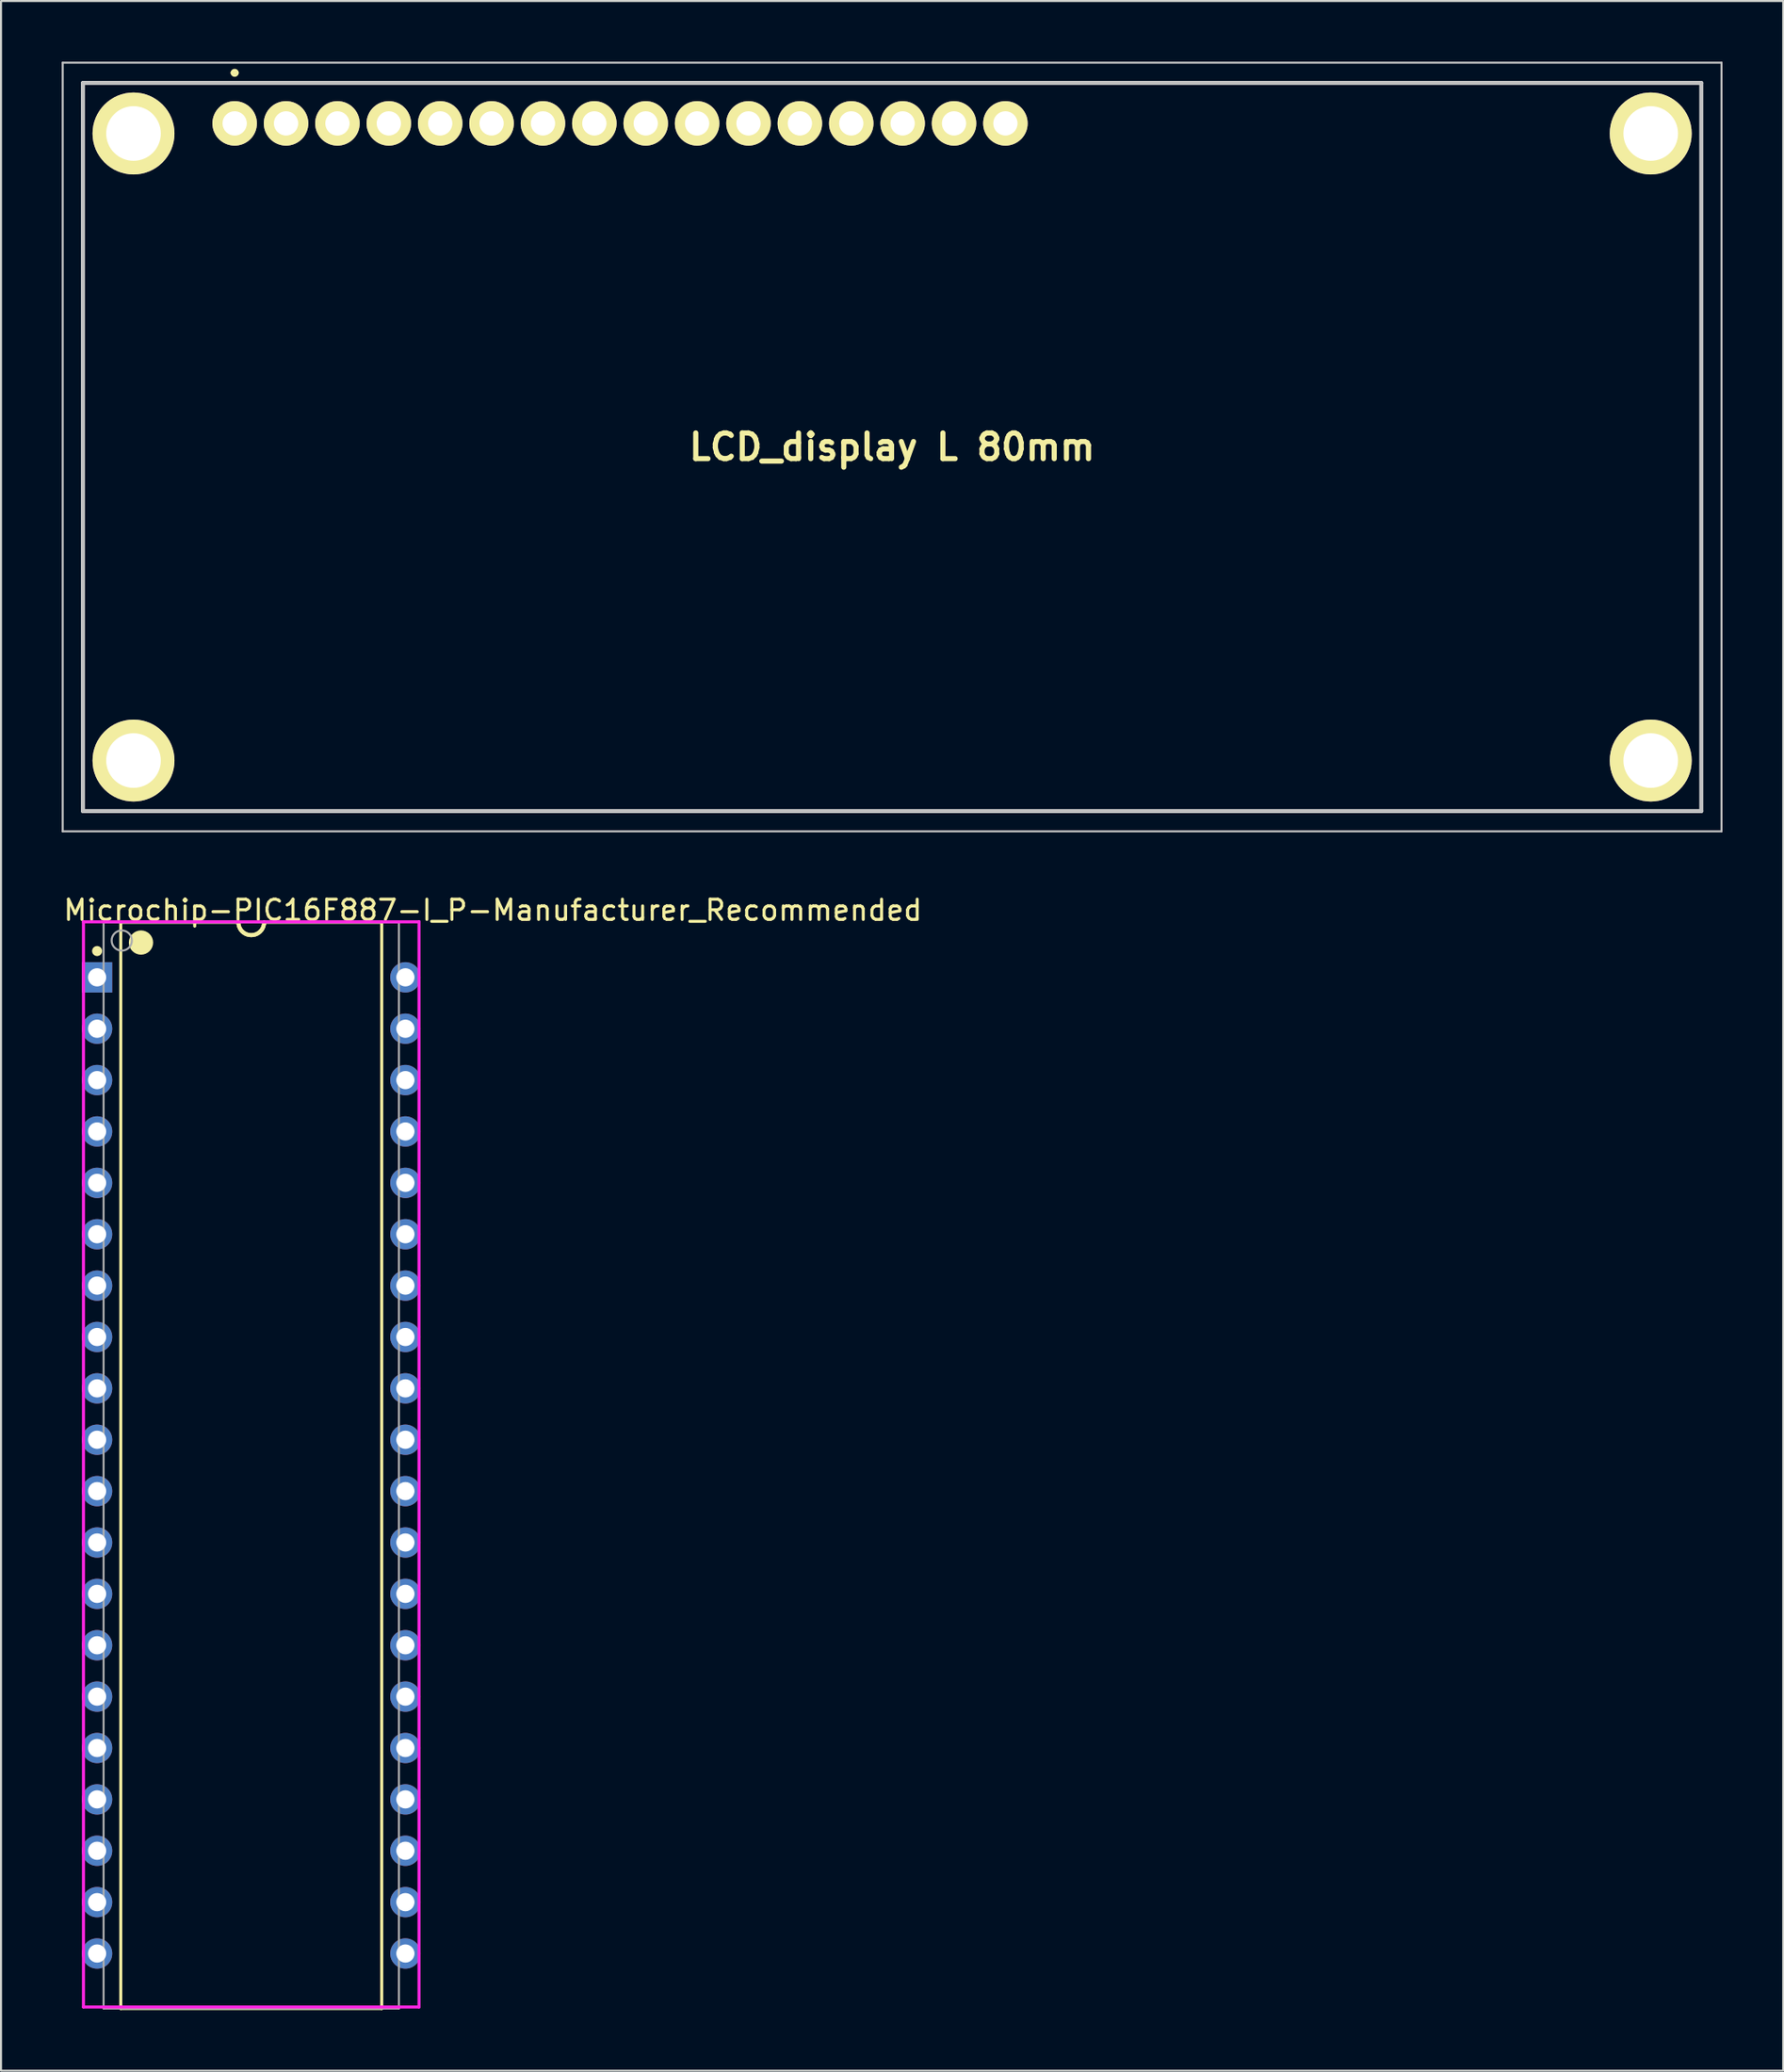
<source format=kicad_pcb>
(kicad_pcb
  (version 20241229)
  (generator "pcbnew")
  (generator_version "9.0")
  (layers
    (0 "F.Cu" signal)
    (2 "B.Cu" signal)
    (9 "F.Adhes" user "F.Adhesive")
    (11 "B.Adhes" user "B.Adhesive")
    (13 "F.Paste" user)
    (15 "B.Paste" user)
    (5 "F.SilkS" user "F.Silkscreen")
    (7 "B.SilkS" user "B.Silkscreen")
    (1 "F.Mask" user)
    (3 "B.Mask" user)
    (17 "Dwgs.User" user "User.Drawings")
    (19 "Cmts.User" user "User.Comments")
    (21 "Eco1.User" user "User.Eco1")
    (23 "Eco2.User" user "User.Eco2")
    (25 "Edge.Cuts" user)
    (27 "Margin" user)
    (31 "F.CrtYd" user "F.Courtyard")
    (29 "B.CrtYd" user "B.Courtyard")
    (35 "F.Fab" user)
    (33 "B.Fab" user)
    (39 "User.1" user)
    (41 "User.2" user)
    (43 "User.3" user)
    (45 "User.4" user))
  (footprint "LCD_display L 80mm"
    (layer "F.Cu")
    (at 41.05 19.05)
    (property "Reference" "LCD_display L 80mm" (at 0 0 0) (layer "F.SilkS") (effects (font (size 1.27 1.27) (thickness 0.254))))
    (attr through_hole)
    (fp_line (start -40 -18) (end 40 -18) (stroke (width 0.1) (type solid)) (layer "F.SilkS"))
    (fp_line (start -40 18) (end -40 -18) (stroke (width 0.1) (type solid)) (layer "F.SilkS"))
    (fp_line (start -32.6 -18.5) (end -32.6 -18.5) (stroke (width 0.2) (type solid)) (layer "F.SilkS"))
    (fp_line (start -32.4 -18.5) (end -32.4 -18.5) (stroke (width 0.2) (type solid)) (layer "F.SilkS"))
    (fp_line (start 40 -18) (end 40 18) (stroke (width 0.1) (type solid)) (layer "F.SilkS"))
    (fp_line (start 40 18) (end -40 18) (stroke (width 0.1) (type solid)) (layer "F.SilkS"))
    (fp_arc (start -32.6 -18.5) (mid -32.5 -18.6) (end -32.4 -18.5) (stroke (width 0.2) (type solid)) (layer "F.SilkS"))
    (fp_arc (start -32.4 -18.5) (mid -32.5 -18.4) (end -32.6 -18.5) (stroke (width 0.2) (type solid)) (layer "F.SilkS"))
    (fp_line (start -41 -19) (end 41 -19) (stroke (width 0.1) (type solid)) (layer "Dwgs.User"))
    (fp_line (start -41 19) (end -41 -19) (stroke (width 0.1) (type solid)) (layer "Dwgs.User"))
    (fp_line (start -40 -18) (end 40 -18) (stroke (width 0.2) (type solid)) (layer "Dwgs.User"))
    (fp_line (start -40 18) (end -40 -18) (stroke (width 0.2) (type solid)) (layer "Dwgs.User"))
    (fp_line (start 40 -18) (end 40 18) (stroke (width 0.2) (type solid)) (layer "Dwgs.User"))
    (fp_line (start 40 18) (end -40 18) (stroke (width 0.2) (type solid)) (layer "Dwgs.User"))
    (fp_line (start 41 -19) (end 41 19) (stroke (width 0.1) (type solid)) (layer "Dwgs.User"))
    (fp_line (start 41 19) (end -41 19) (stroke (width 0.1) (type solid)) (layer "Dwgs.User"))
    (pad "1" thru_hole circle (at -32.5 -16 90) (size 2.2 2.2) (drill 1.2) (layers "*.Cu" "*.Mask" "F.SilkS"))
    (pad "2" thru_hole circle (at -29.96 -16 90) (size 2.2 2.2) (drill 1.2) (layers "*.Cu" "*.Mask" "F.SilkS"))
    (pad "3" thru_hole circle (at -27.42 -16 90) (size 2.2 2.2) (drill 1.2) (layers "*.Cu" "*.Mask" "F.SilkS"))
    (pad "4" thru_hole circle (at -24.88 -16 90) (size 2.2 2.2) (drill 1.2) (layers "*.Cu" "*.Mask" "F.SilkS"))
    (pad "5" thru_hole circle (at -22.34 -16 90) (size 2.2 2.2) (drill 1.2) (layers "*.Cu" "*.Mask" "F.SilkS"))
    (pad "6" thru_hole circle (at -19.8 -16 90) (size 2.2 2.2) (drill 1.2) (layers "*.Cu" "*.Mask" "F.SilkS"))
    (pad "7" thru_hole circle (at -17.26 -16 90) (size 2.2 2.2) (drill 1.2) (layers "*.Cu" "*.Mask" "F.SilkS"))
    (pad "8" thru_hole circle (at -14.72 -16 90) (size 2.2 2.2) (drill 1.2) (layers "*.Cu" "*.Mask" "F.SilkS"))
    (pad "9" thru_hole circle (at -12.18 -16 90) (size 2.2 2.2) (drill 1.2) (layers "*.Cu" "*.Mask" "F.SilkS"))
    (pad "10" thru_hole circle (at -9.64 -16 90) (size 2.2 2.2) (drill 1.2) (layers "*.Cu" "*.Mask" "F.SilkS"))
    (pad "11" thru_hole circle (at -7.1 -16 90) (size 2.2 2.2) (drill 1.2) (layers "*.Cu" "*.Mask" "F.SilkS"))
    (pad "12" thru_hole circle (at -4.56 -16 90) (size 2.2 2.2) (drill 1.2) (layers "*.Cu" "*.Mask" "F.SilkS"))
    (pad "13" thru_hole circle (at -2.02 -16 90) (size 2.2 2.2) (drill 1.2) (layers "*.Cu" "*.Mask" "F.SilkS"))
    (pad "14" thru_hole circle (at 0.52 -16 90) (size 2.2 2.2) (drill 1.2) (layers "*.Cu" "*.Mask" "F.SilkS"))
    (pad "15" thru_hole circle (at 3.06 -16 90) (size 2.2 2.2) (drill 1.2) (layers "*.Cu" "*.Mask" "F.SilkS"))
    (pad "16" thru_hole circle (at 5.6 -16 90) (size 2.2 2.2) (drill 1.2) (layers "*.Cu" "*.Mask" "F.SilkS"))
    (pad "17" thru_hole circle (at -37.5 15.5 90) (size 4.05 4.05) (drill 2.7) (layers "*.Cu" "*.Mask" "F.SilkS"))
    (pad "18" thru_hole circle (at 37.5 15.5 90) (size 4.05 4.05) (drill 2.7) (layers "*.Cu" "*.Mask" "F.SilkS"))
    (pad "19" thru_hole circle (at 37.5 -15.5 90) (size 4.05 4.05) (drill 2.7) (layers "*.Cu" "*.Mask" "F.SilkS"))
    (pad "21" thru_hole circle (at -37.5 -15.5 90) (size 4.05 4.05) (drill 2.7) (layers "*.Cu" "*.Mask" "F.SilkS")))
  (footprint "Microchip-PIC16F887-I_P-Manufacturer_Recommended"
    (layer "F.Cu")
    (at 9.37 69.398)
    (property "Reference" "Microchip-PIC16F887-I_P-Manufacturer_Recommended" (at -9.37 -27.45 0) (layer "F.SilkS") (effects (font (size 1 1) (thickness 0.15)) (justify left)))
    (attr through_hole)
    (fp_line (start -6.45 -26.85) (end -0.635 -26.85) (stroke (width 0.15) (type solid)) (layer "F.SilkS"))
    (fp_line (start -6.45 26.85) (end -6.45 -26.85) (stroke (width 0.15) (type solid)) (layer "F.SilkS"))
    (fp_line (start -6.45 26.85) (end 6.45 26.85) (stroke (width 0.15) (type solid)) (layer "F.SilkS"))
    (fp_line (start -0.635 -26.85) (end -0.627 -26.751) (stroke (width 0.2) (type solid)) (layer "F.SilkS"))
    (fp_line (start -0.627 -26.751) (end -0.604 -26.654) (stroke (width 0.2) (type solid)) (layer "F.SilkS"))
    (fp_line (start -0.604 -26.654) (end -0.566 -26.562) (stroke (width 0.2) (type solid)) (layer "F.SilkS"))
    (fp_line (start -0.566 -26.562) (end -0.514 -26.477) (stroke (width 0.2) (type solid)) (layer "F.SilkS"))
    (fp_line (start -0.514 -26.477) (end -0.449 -26.401) (stroke (width 0.2) (type solid)) (layer "F.SilkS"))
    (fp_line (start -0.449 -26.401) (end -0.373 -26.336) (stroke (width 0.2) (type solid)) (layer "F.SilkS"))
    (fp_line (start -0.373 -26.336) (end -0.288 -26.284) (stroke (width 0.2) (type solid)) (layer "F.SilkS"))
    (fp_line (start -0.288 -26.284) (end -0.196 -26.246) (stroke (width 0.2) (type solid)) (layer "F.SilkS"))
    (fp_line (start -0.196 -26.246) (end -0.099 -26.223) (stroke (width 0.2) (type solid)) (layer "F.SilkS"))
    (fp_line (start -0.099 -26.223) (end 0 -26.215) (stroke (width 0.2) (type solid)) (layer "F.SilkS"))
    (fp_line (start 0 -26.215) (end 0.099 -26.223) (stroke (width 0.2) (type solid)) (layer "F.SilkS"))
    (fp_line (start 0.099 -26.223) (end 0.196 -26.246) (stroke (width 0.2) (type solid)) (layer "F.SilkS"))
    (fp_line (start 0.196 -26.246) (end 0.288 -26.284) (stroke (width 0.2) (type solid)) (layer "F.SilkS"))
    (fp_line (start 0.288 -26.284) (end 0.373 -26.336) (stroke (width 0.2) (type solid)) (layer "F.SilkS"))
    (fp_line (start 0.373 -26.336) (end 0.449 -26.401) (stroke (width 0.2) (type solid)) (layer "F.SilkS"))
    (fp_line (start 0.449 -26.401) (end 0.514 -26.477) (stroke (width 0.2) (type solid)) (layer "F.SilkS"))
    (fp_line (start 0.514 -26.477) (end 0.566 -26.562) (stroke (width 0.2) (type solid)) (layer "F.SilkS"))
    (fp_line (start 0.566 -26.562) (end 0.604 -26.654) (stroke (width 0.2) (type solid)) (layer "F.SilkS"))
    (fp_line (start 0.604 -26.654) (end 0.627 -26.751) (stroke (width 0.2) (type solid)) (layer "F.SilkS"))
    (fp_line (start 0.627 -26.751) (end 0.635 -26.85) (stroke (width 0.2) (type solid)) (layer "F.SilkS"))
    (fp_line (start 0.635 -26.85) (end 6.45 -26.85) (stroke (width 0.15) (type solid)) (layer "F.SilkS"))
    (fp_line (start 6.45 26.85) (end 6.45 -26.85) (stroke (width 0.15) (type solid)) (layer "F.SilkS"))
    (fp_circle (center -7.62 -25.43) (end -7.495 -25.43) (stroke (width 0.25) (type solid)) (fill no) (layer "F.SilkS"))
    (fp_circle (center -5.45 -25.85) (end -5.15 -25.85) (stroke (width 0.6) (type solid)) (fill no) (layer "F.SilkS"))
    (fp_line (start -8.295 -26.875) (end -8.295 26.775) (stroke (width 0.15) (type solid)) (layer "F.CrtYd"))
    (fp_line (start -8.295 26.775) (end 8.295 26.775) (stroke (width 0.15) (type solid)) (layer "F.CrtYd"))
    (fp_line (start 8.295 -26.875) (end -8.295 -26.875) (stroke (width 0.15) (type solid)) (layer "F.CrtYd"))
    (fp_line (start 8.295 -26.875) (end 8.295 -26.875) (stroke (width 0.15) (type solid)) (layer "F.CrtYd"))
    (fp_line (start 8.295 26.775) (end 8.295 -26.875) (stroke (width 0.15) (type solid)) (layer "F.CrtYd"))
    (fp_line (start -7.3 -26.85) (end 7.3 -26.85) (stroke (width 0.1) (type solid)) (layer "F.Fab"))
    (fp_line (start -7.3 26.85) (end -7.3 -26.85) (stroke (width 0.1) (type solid)) (layer "F.Fab"))
    (fp_line (start -7.3 26.85) (end 7.3 26.85) (stroke (width 0.1) (type solid)) (layer "F.Fab"))
    (fp_line (start 7.3 26.85) (end 7.3 -26.85) (stroke (width 0.1) (type solid)) (layer "F.Fab"))
    (fp_circle (center -6.4 -25.95) (end -5.9 -25.95) (stroke (width 0.1) (type solid)) (fill no) (layer "F.Fab"))
    (pad "1" thru_hole rect (at -7.62 -24.13) (size 1.5 1.5) (drill 0.9) (layers "*.Cu"))
    (pad "2" thru_hole circle (at -7.62 -21.59) (size 1.5 1.5) (drill 0.9) (layers "*.Cu"))
    (pad "3" thru_hole circle (at -7.62 -19.05) (size 1.5 1.5) (drill 0.9) (layers "*.Cu"))
    (pad "4" thru_hole circle (at -7.62 -16.51) (size 1.5 1.5) (drill 0.9) (layers "*.Cu"))
    (pad "5" thru_hole circle (at -7.62 -13.97) (size 1.5 1.5) (drill 0.9) (layers "*.Cu"))
    (pad "6" thru_hole circle (at -7.62 -11.43) (size 1.5 1.5) (drill 0.9) (layers "*.Cu"))
    (pad "7" thru_hole circle (at -7.62 -8.89) (size 1.5 1.5) (drill 0.9) (layers "*.Cu"))
    (pad "8" thru_hole circle (at -7.62 -6.35) (size 1.5 1.5) (drill 0.9) (layers "*.Cu"))
    (pad "9" thru_hole circle (at -7.62 -3.81) (size 1.5 1.5) (drill 0.9) (layers "*.Cu"))
    (pad "10" thru_hole circle (at -7.62 -1.27) (size 1.5 1.5) (drill 0.9) (layers "*.Cu"))
    (pad "11" thru_hole circle (at -7.62 1.27) (size 1.5 1.5) (drill 0.9) (layers "*.Cu"))
    (pad "12" thru_hole circle (at -7.62 3.81) (size 1.5 1.5) (drill 0.9) (layers "*.Cu"))
    (pad "13" thru_hole circle (at -7.62 6.35) (size 1.5 1.5) (drill 0.9) (layers "*.Cu"))
    (pad "14" thru_hole circle (at -7.62 8.89) (size 1.5 1.5) (drill 0.9) (layers "*.Cu"))
    (pad "15" thru_hole circle (at -7.62 11.43) (size 1.5 1.5) (drill 0.9) (layers "*.Cu"))
    (pad "16" thru_hole circle (at -7.62 13.97) (size 1.5 1.5) (drill 0.9) (layers "*.Cu"))
    (pad "17" thru_hole circle (at -7.62 16.51) (size 1.5 1.5) (drill 0.9) (layers "*.Cu"))
    (pad "18" thru_hole circle (at -7.62 19.05) (size 1.5 1.5) (drill 0.9) (layers "*.Cu"))
    (pad "19" thru_hole circle (at -7.62 21.59) (size 1.5 1.5) (drill 0.9) (layers "*.Cu"))
    (pad "20" thru_hole circle (at -7.62 24.13) (size 1.5 1.5) (drill 0.9) (layers "*.Cu"))
    (pad "21" thru_hole circle (at 7.62 24.13) (size 1.5 1.5) (drill 0.9) (layers "*.Cu"))
    (pad "22" thru_hole circle (at 7.62 21.59) (size 1.5 1.5) (drill 0.9) (layers "*.Cu"))
    (pad "23" thru_hole circle (at 7.62 19.05) (size 1.5 1.5) (drill 0.9) (layers "*.Cu"))
    (pad "24" thru_hole circle (at 7.62 16.51) (size 1.5 1.5) (drill 0.9) (layers "*.Cu"))
    (pad "25" thru_hole circle (at 7.62 13.97) (size 1.5 1.5) (drill 0.9) (layers "*.Cu"))
    (pad "26" thru_hole circle (at 7.62 11.43) (size 1.5 1.5) (drill 0.9) (layers "*.Cu"))
    (pad "27" thru_hole circle (at 7.62 8.89) (size 1.5 1.5) (drill 0.9) (layers "*.Cu"))
    (pad "28" thru_hole circle (at 7.62 6.35) (size 1.5 1.5) (drill 0.9) (layers "*.Cu"))
    (pad "29" thru_hole circle (at 7.62 3.81) (size 1.5 1.5) (drill 0.9) (layers "*.Cu"))
    (pad "30" thru_hole circle (at 7.62 1.27) (size 1.5 1.5) (drill 0.9) (layers "*.Cu"))
    (pad "31" thru_hole circle (at 7.62 -1.27) (size 1.5 1.5) (drill 0.9) (layers "*.Cu"))
    (pad "32" thru_hole circle (at 7.62 -3.81) (size 1.5 1.5) (drill 0.9) (layers "*.Cu"))
    (pad "33" thru_hole circle (at 7.62 -6.35) (size 1.5 1.5) (drill 0.9) (layers "*.Cu"))
    (pad "34" thru_hole circle (at 7.62 -8.89) (size 1.5 1.5) (drill 0.9) (layers "*.Cu"))
    (pad "35" thru_hole circle (at 7.62 -11.43) (size 1.5 1.5) (drill 0.9) (layers "*.Cu"))
    (pad "36" thru_hole circle (at 7.62 -13.97) (size 1.5 1.5) (drill 0.9) (layers "*.Cu"))
    (pad "37" thru_hole circle (at 7.62 -16.51) (size 1.5 1.5) (drill 0.9) (layers "*.Cu"))
    (pad "38" thru_hole circle (at 7.62 -19.05) (size 1.5 1.5) (drill 0.9) (layers "*.Cu"))
    (pad "39" thru_hole circle (at 7.62 -21.59) (size 1.5 1.5) (drill 0.9) (layers "*.Cu"))
    (pad "40" thru_hole circle (at 7.62 -24.13) (size 1.5 1.5) (drill 0.9) (layers "*.Cu")))
  (gr_rect
    (start -3 -3)
    (end 85.1 99.323)
    (stroke (width 0.1) (type default))
    (fill no)
    (layer "Edge.Cuts")))
</source>
